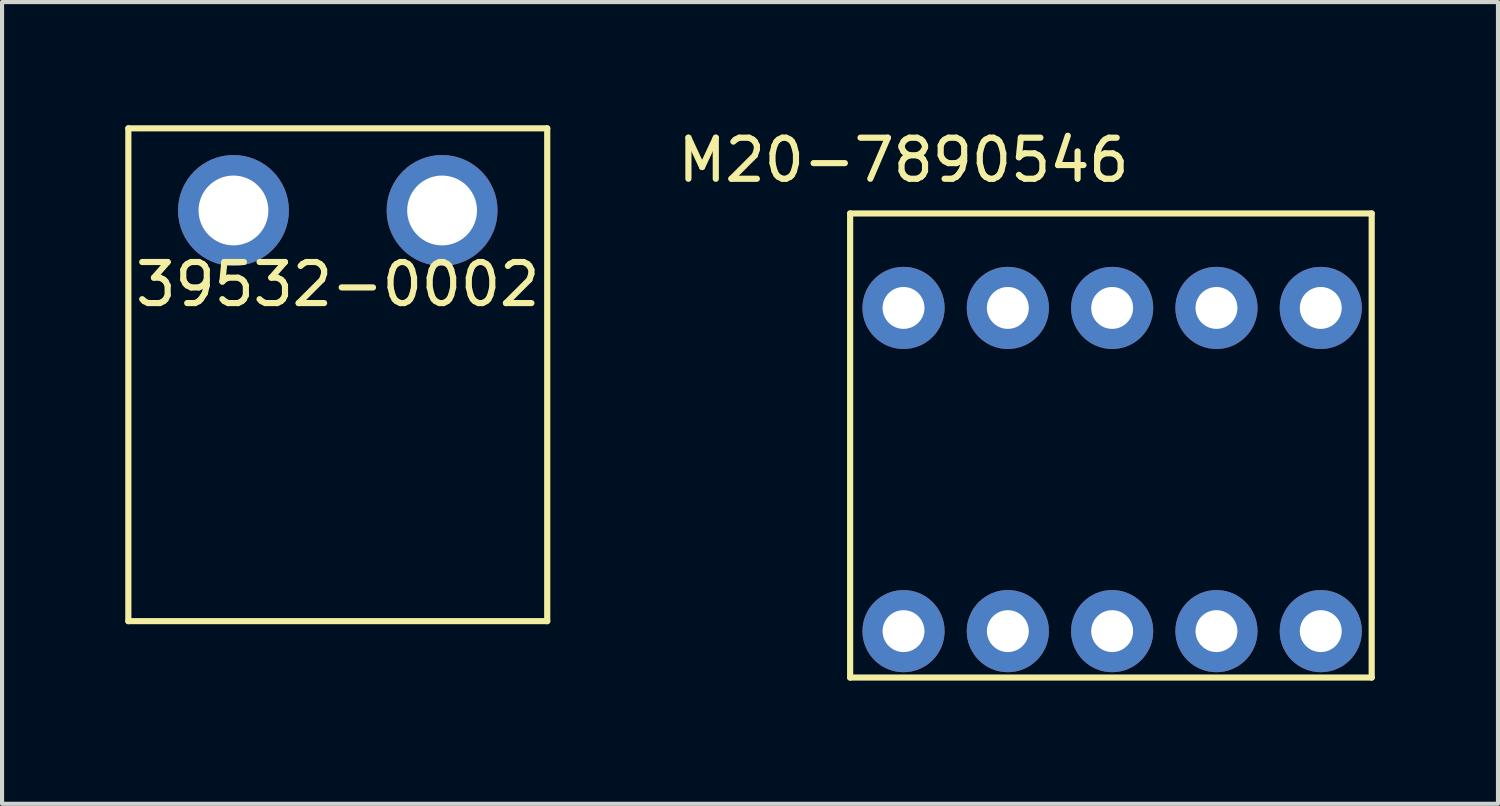
<source format=kicad_pcb>
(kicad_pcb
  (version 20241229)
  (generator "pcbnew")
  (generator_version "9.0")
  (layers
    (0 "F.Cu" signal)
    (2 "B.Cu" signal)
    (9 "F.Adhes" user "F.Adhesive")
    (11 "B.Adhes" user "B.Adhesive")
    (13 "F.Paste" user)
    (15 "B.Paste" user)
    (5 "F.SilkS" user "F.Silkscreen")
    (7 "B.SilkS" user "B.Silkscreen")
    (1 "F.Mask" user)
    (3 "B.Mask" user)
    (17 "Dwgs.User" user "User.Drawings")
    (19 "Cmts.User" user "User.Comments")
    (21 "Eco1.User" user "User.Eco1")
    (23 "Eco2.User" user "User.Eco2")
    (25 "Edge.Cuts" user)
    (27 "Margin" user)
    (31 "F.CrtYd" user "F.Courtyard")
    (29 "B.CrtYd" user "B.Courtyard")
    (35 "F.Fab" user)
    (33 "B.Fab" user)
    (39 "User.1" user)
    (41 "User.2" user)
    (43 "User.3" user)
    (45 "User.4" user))
  (footprint "39532-0002"
    (layer "F.Cu")
    (at 5.175 2.075)
    (property "Reference" "39532-0002" (at 0 1.8 0) (layer "F.SilkS") (effects (font (size 1 1) (thickness 0.15))))
    (attr through_hole)
    (fp_line (start -5.1 -2) (end 5.1 -2) (stroke (width 0.15) (type solid)) (layer "F.SilkS"))
    (fp_line (start -5.1 10) (end -5.1 -2) (stroke (width 0.15) (type solid)) (layer "F.SilkS"))
    (fp_line (start 5.1 -2) (end 5.1 10) (stroke (width 0.15) (type solid)) (layer "F.SilkS"))
    (fp_line (start 5.1 10) (end -5.1 10) (stroke (width 0.15) (type solid)) (layer "F.SilkS"))
    (pad "1" thru_hole circle (at 2.54 0) (size 2.7 2.7) (drill 1.7) (layers "*.Cu" "*.Mask"))
    (pad "2" thru_hole circle (at -2.54 0) (size 2.7 2.7) (drill 1.7) (layers "*.Cu" "*.Mask")))
  (footprint "M20-7890546"
    (layer "F.Cu")
    (at 18.951 4.448)
    (property "Reference" "M20-7890546" (at 0 -3.6 0) (layer "F.SilkS") (effects (font (size 1 1) (thickness 0.15))))
    (attr through_hole)
    (fp_line (start -1.3 -2.3) (end 11.4 -2.3) (stroke (width 0.15) (type solid)) (layer "F.SilkS"))
    (fp_line (start -1.3 9) (end -1.3 -2.3) (stroke (width 0.15) (type solid)) (layer "F.SilkS"))
    (fp_line (start 11.4 -2.3) (end 11.4 9) (stroke (width 0.15) (type solid)) (layer "F.SilkS"))
    (fp_line (start 11.4 9) (end -1.3 9) (stroke (width 0.15) (type solid)) (layer "F.SilkS"))
    (pad "1" thru_hole circle (at 10.16 0) (size 2 2) (drill 1.02) (layers "*.Cu" "*.Mask"))
    (pad "1" thru_hole circle (at 10.16 7.87) (size 2 2) (drill 1.02) (layers "*.Cu" "*.Mask"))
    (pad "2" thru_hole circle (at 7.62 0) (size 2 2) (drill 1.02) (layers "*.Cu" "*.Mask"))
    (pad "2" thru_hole circle (at 7.62 7.87) (size 2 2) (drill 1.02) (layers "*.Cu" "*.Mask"))
    (pad "3" thru_hole circle (at 5.08 0) (size 2 2) (drill 1.02) (layers "*.Cu" "*.Mask"))
    (pad "3" thru_hole circle (at 5.08 7.87) (size 2 2) (drill 1.02) (layers "*.Cu" "*.Mask"))
    (pad "4" thru_hole circle (at 2.54 0) (size 2 2) (drill 1.02) (layers "*.Cu" "*.Mask"))
    (pad "4" thru_hole circle (at 2.54 7.87) (size 2 2) (drill 1.02) (layers "*.Cu" "*.Mask"))
    (pad "5" thru_hole circle (at 0 0) (size 2 2) (drill 1.02) (layers "*.Cu" "*.Mask"))
    (pad "5" thru_hole circle (at 0 7.87) (size 2 2) (drill 1.02) (layers "*.Cu" "*.Mask")))
  (gr_rect
    (start -3 -3)
    (end 33.426 16.523)
    (stroke (width 0.1) (type default))
    (fill no)
    (layer "Edge.Cuts")))
</source>
